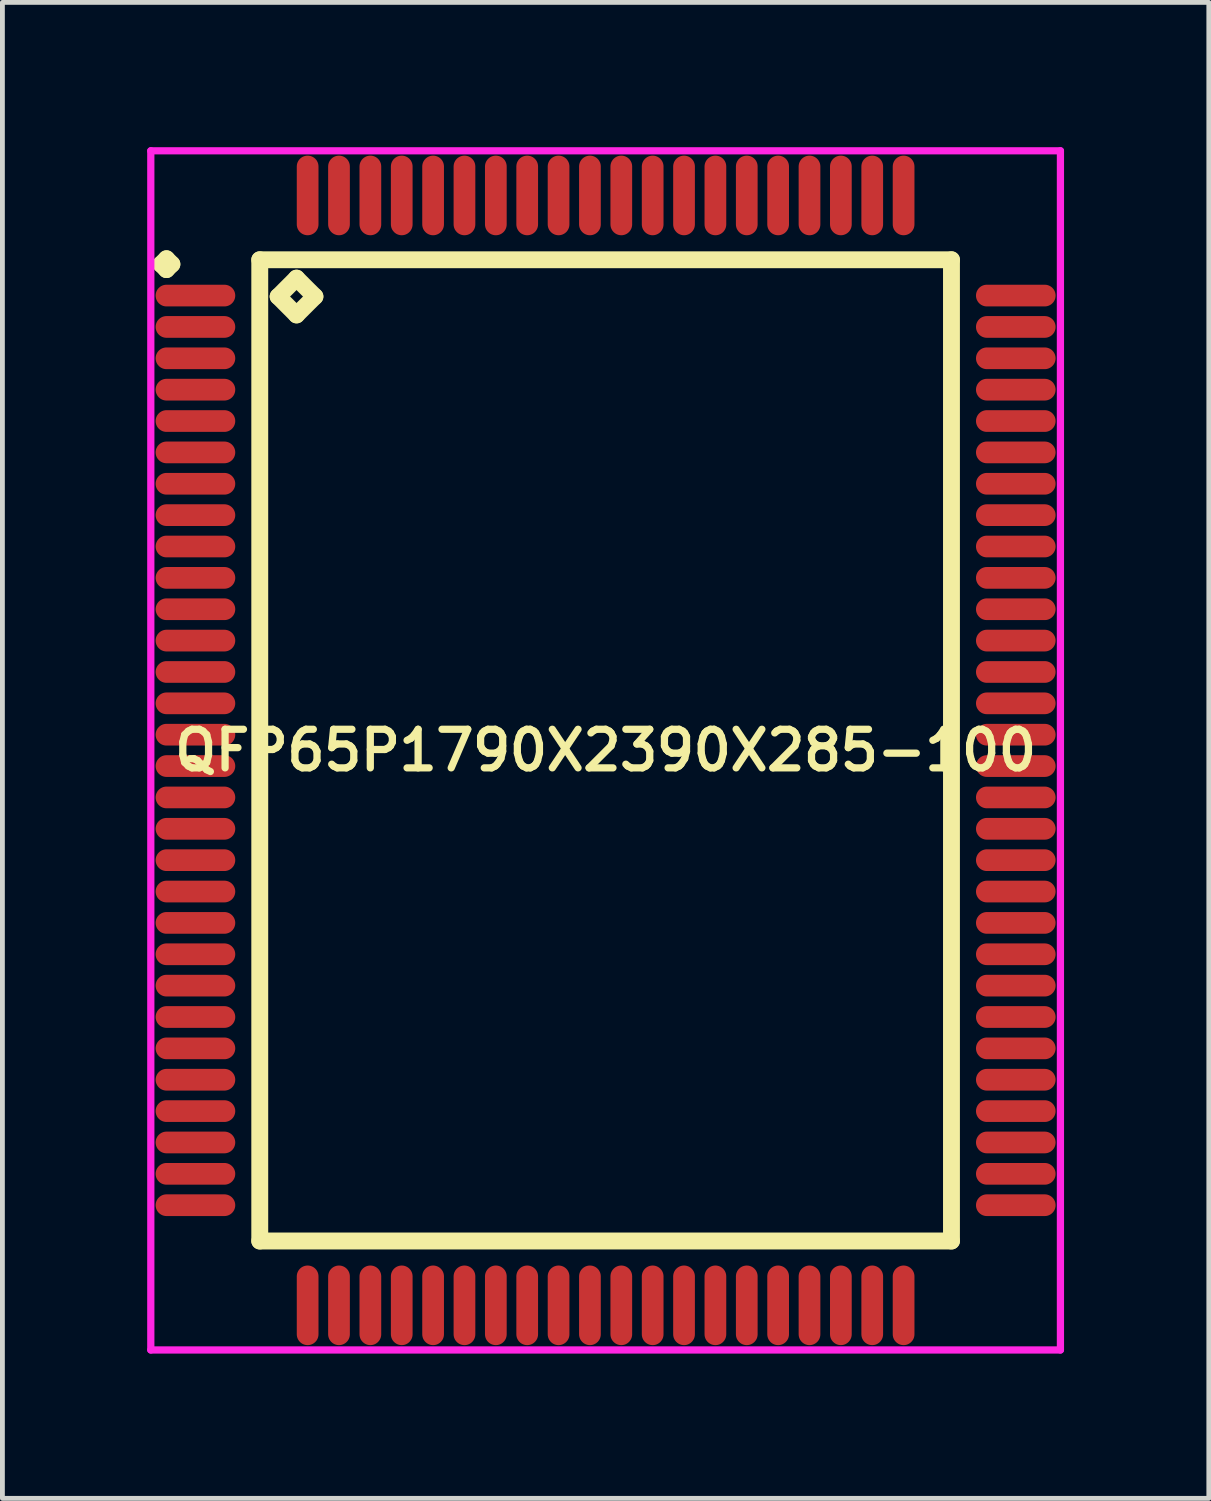
<source format=kicad_pcb>
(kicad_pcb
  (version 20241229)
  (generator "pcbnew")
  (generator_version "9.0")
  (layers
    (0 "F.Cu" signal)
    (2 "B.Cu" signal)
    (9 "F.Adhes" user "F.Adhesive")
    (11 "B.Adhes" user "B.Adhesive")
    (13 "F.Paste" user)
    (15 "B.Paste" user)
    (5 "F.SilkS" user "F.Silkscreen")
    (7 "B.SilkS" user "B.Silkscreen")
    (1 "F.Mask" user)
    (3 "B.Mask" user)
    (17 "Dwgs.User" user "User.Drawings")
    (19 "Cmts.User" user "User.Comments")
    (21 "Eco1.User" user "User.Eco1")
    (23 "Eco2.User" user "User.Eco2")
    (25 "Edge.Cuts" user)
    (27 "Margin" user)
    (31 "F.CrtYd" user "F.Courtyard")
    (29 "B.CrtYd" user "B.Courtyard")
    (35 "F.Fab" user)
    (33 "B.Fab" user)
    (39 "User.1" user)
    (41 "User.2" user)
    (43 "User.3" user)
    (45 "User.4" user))
  (footprint "QFP65P1790X2390X285-100"
    (layer "F.Cu")
    (at 9.5 12.5)
    (property "Reference" "QFP65P1790X2390X285-100" (at 0 0 0) (layer "F.SilkS") (effects (font (size 0.8 0.8) (thickness 0.15))))
    (attr smd)
    (fp_line (start -9.213 -10.075) (end -9.1 -10.188) (stroke (width 0.35) (type solid)) (layer "F.SilkS"))
    (fp_line (start -9.1 -10.188) (end -8.988 -10.075) (stroke (width 0.35) (type solid)) (layer "F.SilkS"))
    (fp_line (start -9.1 -9.963) (end -9.213 -10.075) (stroke (width 0.35) (type solid)) (layer "F.SilkS"))
    (fp_line (start -8.988 -10.075) (end -9.1 -9.963) (stroke (width 0.35) (type solid)) (layer "F.SilkS"))
    (fp_line (start -7.167 -10.167) (end -7.167 10.167) (stroke (width 0.35) (type solid)) (layer "F.SilkS"))
    (fp_line (start -7.167 10.167) (end 7.167 10.167) (stroke (width 0.35) (type solid)) (layer "F.SilkS"))
    (fp_line (start -6.786 -9.405) (end -6.405 -9.786) (stroke (width 0.35) (type solid)) (layer "F.SilkS"))
    (fp_line (start -6.405 -9.786) (end -6.024 -9.405) (stroke (width 0.35) (type solid)) (layer "F.SilkS"))
    (fp_line (start -6.405 -9.024) (end -6.786 -9.405) (stroke (width 0.35) (type solid)) (layer "F.SilkS"))
    (fp_line (start -6.024 -9.405) (end -6.405 -9.024) (stroke (width 0.35) (type solid)) (layer "F.SilkS"))
    (fp_line (start 7.167 -10.167) (end -7.167 -10.167) (stroke (width 0.35) (type solid)) (layer "F.SilkS"))
    (fp_line (start 7.167 10.167) (end 7.167 -10.167) (stroke (width 0.35) (type solid)) (layer "F.SilkS"))
    (fp_line (start -9.425 -12.425) (end 9.425 -12.425) (stroke (width 0.15) (type solid)) (layer "F.CrtYd"))
    (fp_line (start -9.425 12.425) (end -9.425 -12.425) (stroke (width 0.15) (type solid)) (layer "F.CrtYd"))
    (fp_line (start 9.425 -12.425) (end 9.425 12.425) (stroke (width 0.15) (type solid)) (layer "F.CrtYd"))
    (fp_line (start 9.425 12.425) (end -9.425 12.425) (stroke (width 0.15) (type solid)) (layer "F.CrtYd"))
    (pad "1" smd oval (at -8.5 -9.425) (size 1.65 0.45) (layers "F.Cu" "F.Mask" "F.Paste"))
    (pad "2" smd oval (at -8.5 -8.775) (size 1.65 0.45) (layers "F.Cu" "F.Mask" "F.Paste"))
    (pad "3" smd oval (at -8.5 -8.125) (size 1.65 0.45) (layers "F.Cu" "F.Mask" "F.Paste"))
    (pad "4" smd oval (at -8.5 -7.475) (size 1.65 0.45) (layers "F.Cu" "F.Mask" "F.Paste"))
    (pad "5" smd oval (at -8.5 -6.825) (size 1.65 0.45) (layers "F.Cu" "F.Mask" "F.Paste"))
    (pad "6" smd oval (at -8.5 -6.175) (size 1.65 0.45) (layers "F.Cu" "F.Mask" "F.Paste"))
    (pad "7" smd oval (at -8.5 -5.525) (size 1.65 0.45) (layers "F.Cu" "F.Mask" "F.Paste"))
    (pad "8" smd oval (at -8.5 -4.875) (size 1.65 0.45) (layers "F.Cu" "F.Mask" "F.Paste"))
    (pad "9" smd oval (at -8.5 -4.225) (size 1.65 0.45) (layers "F.Cu" "F.Mask" "F.Paste"))
    (pad "10" smd oval (at -8.5 -3.575) (size 1.65 0.45) (layers "F.Cu" "F.Mask" "F.Paste"))
    (pad "11" smd oval (at -8.5 -2.925) (size 1.65 0.45) (layers "F.Cu" "F.Mask" "F.Paste"))
    (pad "12" smd oval (at -8.5 -2.275) (size 1.65 0.45) (layers "F.Cu" "F.Mask" "F.Paste"))
    (pad "13" smd oval (at -8.5 -1.625) (size 1.65 0.45) (layers "F.Cu" "F.Mask" "F.Paste"))
    (pad "14" smd oval (at -8.5 -0.975) (size 1.65 0.45) (layers "F.Cu" "F.Mask" "F.Paste"))
    (pad "15" smd oval (at -8.5 -0.325) (size 1.65 0.45) (layers "F.Cu" "F.Mask" "F.Paste"))
    (pad "16" smd oval (at -8.5 0.325) (size 1.65 0.45) (layers "F.Cu" "F.Mask" "F.Paste"))
    (pad "17" smd oval (at -8.5 0.975) (size 1.65 0.45) (layers "F.Cu" "F.Mask" "F.Paste"))
    (pad "18" smd oval (at -8.5 1.625) (size 1.65 0.45) (layers "F.Cu" "F.Mask" "F.Paste"))
    (pad "19" smd oval (at -8.5 2.275) (size 1.65 0.45) (layers "F.Cu" "F.Mask" "F.Paste"))
    (pad "20" smd oval (at -8.5 2.925) (size 1.65 0.45) (layers "F.Cu" "F.Mask" "F.Paste"))
    (pad "21" smd oval (at -8.5 3.575) (size 1.65 0.45) (layers "F.Cu" "F.Mask" "F.Paste"))
    (pad "22" smd oval (at -8.5 4.225) (size 1.65 0.45) (layers "F.Cu" "F.Mask" "F.Paste"))
    (pad "23" smd oval (at -8.5 4.875) (size 1.65 0.45) (layers "F.Cu" "F.Mask" "F.Paste"))
    (pad "24" smd oval (at -8.5 5.525) (size 1.65 0.45) (layers "F.Cu" "F.Mask" "F.Paste"))
    (pad "25" smd oval (at -8.5 6.175) (size 1.65 0.45) (layers "F.Cu" "F.Mask" "F.Paste"))
    (pad "26" smd oval (at -8.5 6.825) (size 1.65 0.45) (layers "F.Cu" "F.Mask" "F.Paste"))
    (pad "27" smd oval (at -8.5 7.475) (size 1.65 0.45) (layers "F.Cu" "F.Mask" "F.Paste"))
    (pad "28" smd oval (at -8.5 8.125) (size 1.65 0.45) (layers "F.Cu" "F.Mask" "F.Paste"))
    (pad "29" smd oval (at -8.5 8.775) (size 1.65 0.45) (layers "F.Cu" "F.Mask" "F.Paste"))
    (pad "30" smd oval (at -8.5 9.425) (size 1.65 0.45) (layers "F.Cu" "F.Mask" "F.Paste"))
    (pad "31" smd oval (at -6.175 11.5) (size 0.45 1.65) (layers "F.Cu" "F.Mask" "F.Paste"))
    (pad "32" smd oval (at -5.525 11.5) (size 0.45 1.65) (layers "F.Cu" "F.Mask" "F.Paste"))
    (pad "33" smd oval (at -4.875 11.5) (size 0.45 1.65) (layers "F.Cu" "F.Mask" "F.Paste"))
    (pad "34" smd oval (at -4.225 11.5) (size 0.45 1.65) (layers "F.Cu" "F.Mask" "F.Paste"))
    (pad "35" smd oval (at -3.575 11.5) (size 0.45 1.65) (layers "F.Cu" "F.Mask" "F.Paste"))
    (pad "36" smd oval (at -2.925 11.5) (size 0.45 1.65) (layers "F.Cu" "F.Mask" "F.Paste"))
    (pad "37" smd oval (at -2.275 11.5) (size 0.45 1.65) (layers "F.Cu" "F.Mask" "F.Paste"))
    (pad "38" smd oval (at -1.625 11.5) (size 0.45 1.65) (layers "F.Cu" "F.Mask" "F.Paste"))
    (pad "39" smd oval (at -0.975 11.5) (size 0.45 1.65) (layers "F.Cu" "F.Mask" "F.Paste"))
    (pad "40" smd oval (at -0.325 11.5) (size 0.45 1.65) (layers "F.Cu" "F.Mask" "F.Paste"))
    (pad "41" smd oval (at 0.325 11.5) (size 0.45 1.65) (layers "F.Cu" "F.Mask" "F.Paste"))
    (pad "42" smd oval (at 0.975 11.5) (size 0.45 1.65) (layers "F.Cu" "F.Mask" "F.Paste"))
    (pad "43" smd oval (at 1.625 11.5) (size 0.45 1.65) (layers "F.Cu" "F.Mask" "F.Paste"))
    (pad "44" smd oval (at 2.275 11.5) (size 0.45 1.65) (layers "F.Cu" "F.Mask" "F.Paste"))
    (pad "45" smd oval (at 2.925 11.5) (size 0.45 1.65) (layers "F.Cu" "F.Mask" "F.Paste"))
    (pad "46" smd oval (at 3.575 11.5) (size 0.45 1.65) (layers "F.Cu" "F.Mask" "F.Paste"))
    (pad "47" smd oval (at 4.225 11.5) (size 0.45 1.65) (layers "F.Cu" "F.Mask" "F.Paste"))
    (pad "48" smd oval (at 4.875 11.5) (size 0.45 1.65) (layers "F.Cu" "F.Mask" "F.Paste"))
    (pad "49" smd oval (at 5.525 11.5) (size 0.45 1.65) (layers "F.Cu" "F.Mask" "F.Paste"))
    (pad "50" smd oval (at 6.175 11.5) (size 0.45 1.65) (layers "F.Cu" "F.Mask" "F.Paste"))
    (pad "51" smd oval (at 8.5 9.425) (size 1.65 0.45) (layers "F.Cu" "F.Mask" "F.Paste"))
    (pad "52" smd oval (at 8.5 8.775) (size 1.65 0.45) (layers "F.Cu" "F.Mask" "F.Paste"))
    (pad "53" smd oval (at 8.5 8.125) (size 1.65 0.45) (layers "F.Cu" "F.Mask" "F.Paste"))
    (pad "54" smd oval (at 8.5 7.475) (size 1.65 0.45) (layers "F.Cu" "F.Mask" "F.Paste"))
    (pad "55" smd oval (at 8.5 6.825) (size 1.65 0.45) (layers "F.Cu" "F.Mask" "F.Paste"))
    (pad "56" smd oval (at 8.5 6.175) (size 1.65 0.45) (layers "F.Cu" "F.Mask" "F.Paste"))
    (pad "57" smd oval (at 8.5 5.525) (size 1.65 0.45) (layers "F.Cu" "F.Mask" "F.Paste"))
    (pad "58" smd oval (at 8.5 4.875) (size 1.65 0.45) (layers "F.Cu" "F.Mask" "F.Paste"))
    (pad "59" smd oval (at 8.5 4.225) (size 1.65 0.45) (layers "F.Cu" "F.Mask" "F.Paste"))
    (pad "60" smd oval (at 8.5 3.575) (size 1.65 0.45) (layers "F.Cu" "F.Mask" "F.Paste"))
    (pad "61" smd oval (at 8.5 2.925) (size 1.65 0.45) (layers "F.Cu" "F.Mask" "F.Paste"))
    (pad "62" smd oval (at 8.5 2.275) (size 1.65 0.45) (layers "F.Cu" "F.Mask" "F.Paste"))
    (pad "63" smd oval (at 8.5 1.625) (size 1.65 0.45) (layers "F.Cu" "F.Mask" "F.Paste"))
    (pad "64" smd oval (at 8.5 0.975) (size 1.65 0.45) (layers "F.Cu" "F.Mask" "F.Paste"))
    (pad "65" smd oval (at 8.5 0.325) (size 1.65 0.45) (layers "F.Cu" "F.Mask" "F.Paste"))
    (pad "66" smd oval (at 8.5 -0.325) (size 1.65 0.45) (layers "F.Cu" "F.Mask" "F.Paste"))
    (pad "67" smd oval (at 8.5 -0.975) (size 1.65 0.45) (layers "F.Cu" "F.Mask" "F.Paste"))
    (pad "68" smd oval (at 8.5 -1.625) (size 1.65 0.45) (layers "F.Cu" "F.Mask" "F.Paste"))
    (pad "69" smd oval (at 8.5 -2.275) (size 1.65 0.45) (layers "F.Cu" "F.Mask" "F.Paste"))
    (pad "70" smd oval (at 8.5 -2.925) (size 1.65 0.45) (layers "F.Cu" "F.Mask" "F.Paste"))
    (pad "71" smd oval (at 8.5 -3.575) (size 1.65 0.45) (layers "F.Cu" "F.Mask" "F.Paste"))
    (pad "72" smd oval (at 8.5 -4.225) (size 1.65 0.45) (layers "F.Cu" "F.Mask" "F.Paste"))
    (pad "73" smd oval (at 8.5 -4.875) (size 1.65 0.45) (layers "F.Cu" "F.Mask" "F.Paste"))
    (pad "74" smd oval (at 8.5 -5.525) (size 1.65 0.45) (layers "F.Cu" "F.Mask" "F.Paste"))
    (pad "75" smd oval (at 8.5 -6.175) (size 1.65 0.45) (layers "F.Cu" "F.Mask" "F.Paste"))
    (pad "76" smd oval (at 8.5 -6.825) (size 1.65 0.45) (layers "F.Cu" "F.Mask" "F.Paste"))
    (pad "77" smd oval (at 8.5 -7.475) (size 1.65 0.45) (layers "F.Cu" "F.Mask" "F.Paste"))
    (pad "78" smd oval (at 8.5 -8.125) (size 1.65 0.45) (layers "F.Cu" "F.Mask" "F.Paste"))
    (pad "79" smd oval (at 8.5 -8.775) (size 1.65 0.45) (layers "F.Cu" "F.Mask" "F.Paste"))
    (pad "80" smd oval (at 8.5 -9.425) (size 1.65 0.45) (layers "F.Cu" "F.Mask" "F.Paste"))
    (pad "81" smd oval (at 6.175 -11.5) (size 0.45 1.65) (layers "F.Cu" "F.Mask" "F.Paste"))
    (pad "82" smd oval (at 5.525 -11.5) (size 0.45 1.65) (layers "F.Cu" "F.Mask" "F.Paste"))
    (pad "83" smd oval (at 4.875 -11.5) (size 0.45 1.65) (layers "F.Cu" "F.Mask" "F.Paste"))
    (pad "84" smd oval (at 4.225 -11.5) (size 0.45 1.65) (layers "F.Cu" "F.Mask" "F.Paste"))
    (pad "85" smd oval (at 3.575 -11.5) (size 0.45 1.65) (layers "F.Cu" "F.Mask" "F.Paste"))
    (pad "86" smd oval (at 2.925 -11.5) (size 0.45 1.65) (layers "F.Cu" "F.Mask" "F.Paste"))
    (pad "87" smd oval (at 2.275 -11.5) (size 0.45 1.65) (layers "F.Cu" "F.Mask" "F.Paste"))
    (pad "88" smd oval (at 1.625 -11.5) (size 0.45 1.65) (layers "F.Cu" "F.Mask" "F.Paste"))
    (pad "89" smd oval (at 0.975 -11.5) (size 0.45 1.65) (layers "F.Cu" "F.Mask" "F.Paste"))
    (pad "90" smd oval (at 0.325 -11.5) (size 0.45 1.65) (layers "F.Cu" "F.Mask" "F.Paste"))
    (pad "91" smd oval (at -0.325 -11.5) (size 0.45 1.65) (layers "F.Cu" "F.Mask" "F.Paste"))
    (pad "92" smd oval (at -0.975 -11.5) (size 0.45 1.65) (layers "F.Cu" "F.Mask" "F.Paste"))
    (pad "93" smd oval (at -1.625 -11.5) (size 0.45 1.65) (layers "F.Cu" "F.Mask" "F.Paste"))
    (pad "94" smd oval (at -2.275 -11.5) (size 0.45 1.65) (layers "F.Cu" "F.Mask" "F.Paste"))
    (pad "95" smd oval (at -2.925 -11.5) (size 0.45 1.65) (layers "F.Cu" "F.Mask" "F.Paste"))
    (pad "96" smd oval (at -3.575 -11.5) (size 0.45 1.65) (layers "F.Cu" "F.Mask" "F.Paste"))
    (pad "97" smd oval (at -4.225 -11.5) (size 0.45 1.65) (layers "F.Cu" "F.Mask" "F.Paste"))
    (pad "98" smd oval (at -4.875 -11.5) (size 0.45 1.65) (layers "F.Cu" "F.Mask" "F.Paste"))
    (pad "99" smd oval (at -5.525 -11.5) (size 0.45 1.65) (layers "F.Cu" "F.Mask" "F.Paste"))
    (pad "100" smd oval (at -6.175 -11.5) (size 0.45 1.65) (layers "F.Cu" "F.Mask" "F.Paste")))
  (gr_rect
    (start -3 -3)
    (end 22 28)
    (stroke (width 0.1) (type default))
    (fill no)
    (layer "Edge.Cuts")))
</source>
